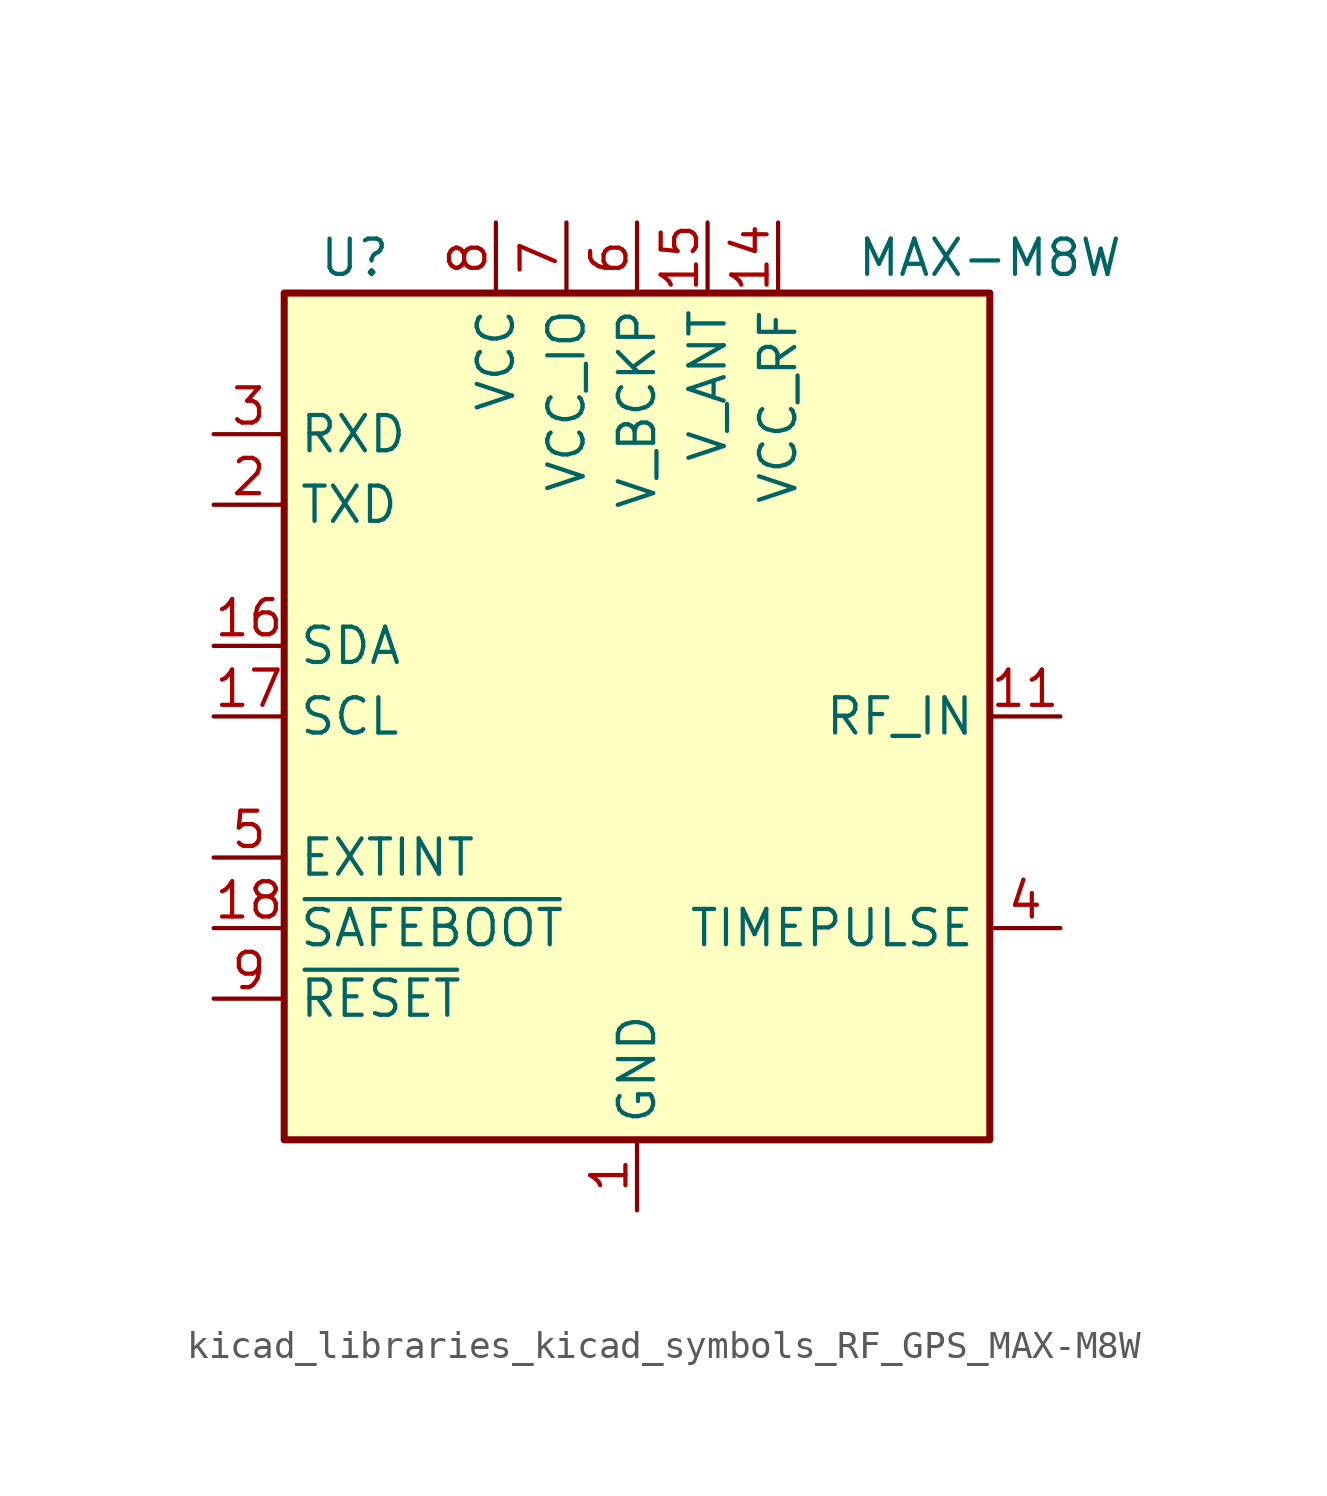
<source format=kicad_sym>
(kicad_symbol_lib
  (version 20220914)
  (generator kicad_symbol_editor)
  (symbol "kicad_libraries_kicad_symbols_RF_GPS_MAX-M8W"
    (property "Reference" "U"
      (at -10.16 16.51 0)
      (effects (font (size 1.27 1.27))))
    (property "Value" "MAX-M8W"
      (at 12.7 16.51 0)
      (effects (font (size 1.27 1.27))))
    (symbol "kicad_libraries_kicad_symbols_RF_GPS_MAX-M8W_0_1"
      (rectangle (start 12.7 15.24) (end -12.7 -15.24) (stroke (width 0.254) (type default)) (fill (type background))))
    (symbol "kicad_libraries_kicad_symbols_RF_GPS_MAX-M8W_1_1"
      (pin power_in line (at 0 -17.78 90) (length 2.54) (name "GND" (effects (font (size 1.27 1.27)))) (number "1" (effects (font (size 1.27 1.27)))))
      (pin passive line (at 0 -17.78 90) (length 2.54) hide (name "GND" (effects (font (size 1.27 1.27)))) (number "10" (effects (font (size 1.27 1.27)))))
      (pin input line (at 15.24 0 180) (length 2.54) (name "RF_IN" (effects (font (size 1.27 1.27)))) (number "11" (effects (font (size 1.27 1.27)))))
      (pin passive line (at 0 -17.78 90) (length 2.54) hide (name "GND" (effects (font (size 1.27 1.27)))) (number "12" (effects (font (size 1.27 1.27)))))
      (pin no_connect line (at 12.7 -5.08 180) (length 2.54) hide (name "Reserved" (effects (font (size 1.27 1.27)))) (number "13" (effects (font (size 1.27 1.27)))))
      (pin power_out line (at 5.08 17.78 270) (length 2.54) (name "VCC_RF" (effects (font (size 1.27 1.27)))) (number "14" (effects (font (size 1.27 1.27)))))
      (pin power_in line (at 2.54 17.78 270) (length 2.54) (name "V_ANT" (effects (font (size 1.27 1.27)))) (number "15" (effects (font (size 1.27 1.27)))))
      (pin bidirectional line (at -15.24 2.54 0) (length 2.54) (name "SDA" (effects (font (size 1.27 1.27)))) (number "16" (effects (font (size 1.27 1.27)))))
      (pin input line (at -15.24 0 0) (length 2.54) (name "SCL" (effects (font (size 1.27 1.27)))) (number "17" (effects (font (size 1.27 1.27)))))
      (pin input line (at -15.24 -7.62 0) (length 2.54) (name "~{SAFEBOOT}" (effects (font (size 1.27 1.27)))) (number "18" (effects (font (size 1.27 1.27)))))
      (pin output line (at -15.24 7.62 0) (length 2.54) (name "TXD" (effects (font (size 1.27 1.27)))) (number "2" (effects (font (size 1.27 1.27)))))
      (pin input line (at -15.24 10.16 0) (length 2.54) (name "RXD" (effects (font (size 1.27 1.27)))) (number "3" (effects (font (size 1.27 1.27)))))
      (pin output line (at 15.24 -7.62 180) (length 2.54) (name "TIMEPULSE" (effects (font (size 1.27 1.27)))) (number "4" (effects (font (size 1.27 1.27)))))
      (pin input line (at -15.24 -5.08 0) (length 2.54) (name "EXTINT" (effects (font (size 1.27 1.27)))) (number "5" (effects (font (size 1.27 1.27)))))
      (pin power_in line (at 0 17.78 270) (length 2.54) (name "V_BCKP" (effects (font (size 1.27 1.27)))) (number "6" (effects (font (size 1.27 1.27)))))
      (pin power_in line (at -2.54 17.78 270) (length 2.54) (name "VCC_IO" (effects (font (size 1.27 1.27)))) (number "7" (effects (font (size 1.27 1.27)))))
      (pin power_in line (at -5.08 17.78 270) (length 2.54) (name "VCC" (effects (font (size 1.27 1.27)))) (number "8" (effects (font (size 1.27 1.27)))))
      (pin input line (at -15.24 -10.16 0) (length 2.54) (name "~{RESET}" (effects (font (size 1.27 1.27)))) (number "9" (effects (font (size 1.27 1.27))))))))
</source>
